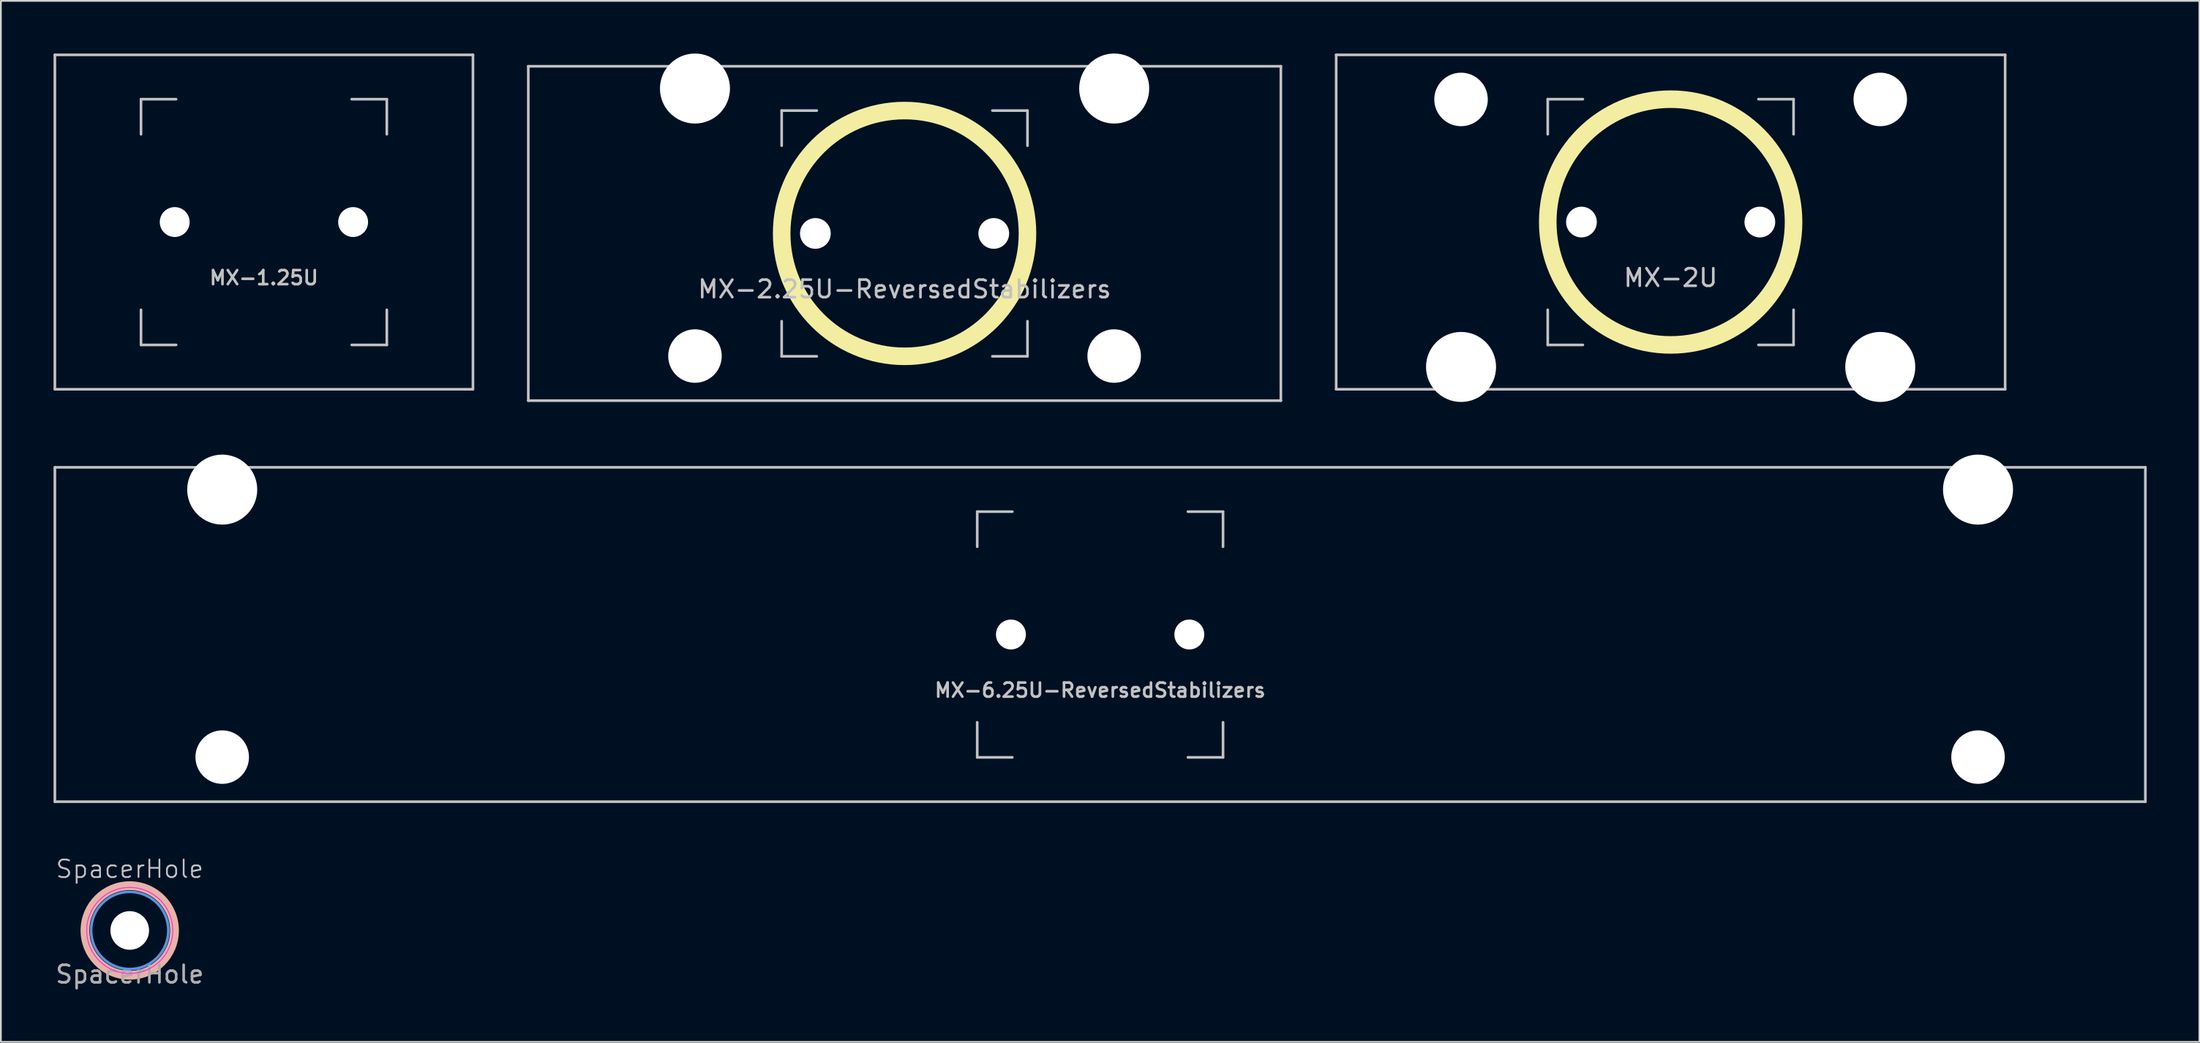
<source format=kicad_pcb>
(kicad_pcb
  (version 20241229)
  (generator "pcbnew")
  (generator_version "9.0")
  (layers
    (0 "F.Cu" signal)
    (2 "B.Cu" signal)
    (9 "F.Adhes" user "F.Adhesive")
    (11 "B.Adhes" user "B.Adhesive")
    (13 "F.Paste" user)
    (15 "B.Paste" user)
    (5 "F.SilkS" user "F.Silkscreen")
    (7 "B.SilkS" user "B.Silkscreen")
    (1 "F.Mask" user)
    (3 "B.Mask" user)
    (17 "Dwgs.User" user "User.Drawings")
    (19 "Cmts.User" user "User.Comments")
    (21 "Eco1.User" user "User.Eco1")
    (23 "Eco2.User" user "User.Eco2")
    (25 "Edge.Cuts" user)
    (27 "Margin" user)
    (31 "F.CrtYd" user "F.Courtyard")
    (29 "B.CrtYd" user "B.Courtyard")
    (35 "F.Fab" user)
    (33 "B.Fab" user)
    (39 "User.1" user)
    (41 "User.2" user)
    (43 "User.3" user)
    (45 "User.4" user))
  (footprint "SpacerHole"
    (layer "F.Cu")
    (at 4.339 49.958)
    (property "Reference" "SpacerHole" (at 0 -3.5 0) (unlocked yes) (layer "Dwgs.User") (effects (font (size 1 1) (thickness 0.1))))
    (attr through_hole)
    (fp_circle (center 0 0) (end 2.55 0) (stroke (width 0.5) (type default)) (fill no) (layer "B.SilkS"))
    (fp_circle (center 0 0) (end 2.2 0) (stroke (width 0.15) (type solid)) (fill no) (layer "Cmts.User"))
    (fp_circle (center 0 0) (end 2.45 0) (stroke (width 0.05) (type solid)) (fill no) (layer "F.CrtYd"))
    (fp_text user "${REFERENCE}" (at 0 2.5 0) (unlocked yes) (layer "F.Fab") (effects (font (size 1 1) (thickness 0.15))))
    (pad "" np_thru_hole circle (at 0 0) (size 2.2 2.2) (drill 2.2) (layers "*.Cu" "*.Mask")))
  (footprint "MX-2.25U-ReversedStabilizers"
    (layer "F.Cu")
    (at 48.469 10.249)
    (property "Reference" "MX-2.25U-ReversedStabilizers" (at 0 3.175 0) (layer "Dwgs.User") (effects (font (size 1 1) (thickness 0.15))))
    (attr through_hole)
    (fp_circle (center 0 0) (end 7 0) (stroke (width 1) (type solid)) (fill no) (layer "F.SilkS"))
    (fp_line (start -21.431 -9.525) (end 21.431 -9.525) (stroke (width 0.15) (type solid)) (layer "Dwgs.User"))
    (fp_line (start -21.431 9.525) (end -21.431 -9.525) (stroke (width 0.15) (type solid)) (layer "Dwgs.User"))
    (fp_line (start -21.431 9.525) (end 21.431 9.525) (stroke (width 0.15) (type solid)) (layer "Dwgs.User"))
    (fp_line (start -7 -7) (end -7 -5) (stroke (width 0.15) (type solid)) (layer "Dwgs.User"))
    (fp_line (start -7 5) (end -7 7) (stroke (width 0.15) (type solid)) (layer "Dwgs.User"))
    (fp_line (start -7 7) (end -5 7) (stroke (width 0.15) (type solid)) (layer "Dwgs.User"))
    (fp_line (start -5 -7) (end -7 -7) (stroke (width 0.15) (type solid)) (layer "Dwgs.User"))
    (fp_line (start 5 -7) (end 7 -7) (stroke (width 0.15) (type solid)) (layer "Dwgs.User"))
    (fp_line (start 5 7) (end 7 7) (stroke (width 0.15) (type solid)) (layer "Dwgs.User"))
    (fp_line (start 7 -7) (end 7 -5) (stroke (width 0.15) (type solid)) (layer "Dwgs.User"))
    (fp_line (start 7 7) (end 7 5) (stroke (width 0.15) (type solid)) (layer "Dwgs.User"))
    (fp_line (start 21.431 -9.525) (end 21.431 9.525) (stroke (width 0.15) (type solid)) (layer "Dwgs.User"))
    (pad "" np_thru_hole circle (at -11.938 -8.255) (size 3.988 3.988) (drill 3.988) (layers "*.Cu" "*.Mask"))
    (pad "" np_thru_hole circle (at -11.938 6.985) (size 3.048 3.048) (drill 3.048) (layers "*.Cu" "*.Mask"))
    (pad "" np_thru_hole circle (at -5.08 0 48.1) (size 1.75 1.75) (drill 1.75) (layers "*.Cu" "*.Mask"))
    (pad "" np_thru_hole circle (at 5.08 0 48.1) (size 1.75 1.75) (drill 1.75) (layers "*.Cu" "*.Mask"))
    (pad "" np_thru_hole circle (at 11.938 -8.255) (size 3.988 3.988) (drill 3.988) (layers "*.Cu" "*.Mask"))
    (pad "" np_thru_hole circle (at 11.938 6.985) (size 3.048 3.048) (drill 3.048) (layers "*.Cu" "*.Mask"))
    (zone (net_name "") (layers "F.Cu" "B.Cu") (hatch edge 0.5) (connect_pads) (min_thickness 0.25) (filled_areas_thickness no) (keepout (tracks allowed) (vias not_allowed) (pads allowed) (copperpour not_allowed) (footprints allowed)) (placement (enabled no)) (fill) (polygon (pts (xy 50.464 10.118) (xy 50.43 9.859) (xy 50.363 9.606) (xy 50.262 9.364) (xy 50.132 9.138) (xy 49.972 8.93) (xy 49.787 8.745) (xy 49.58 8.586) (xy 49.353 8.455) (xy 49.112 8.355) (xy 48.859 8.287) (xy 48.6 8.253) (xy 48.338 8.253) (xy 48.079 8.287) (xy 47.826 8.355) (xy 47.584 8.455) (xy 47.358 8.586) (xy 47.15 8.745) (xy 46.965 8.93) (xy 46.806 9.138) (xy 46.675 9.364) (xy 46.575 9.606) (xy 46.507 9.859) (xy 46.473 10.118) (xy 46.473 10.38) (xy 46.507 10.639) (xy 46.575 10.892) (xy 46.675 11.133) (xy 46.806 11.36) (xy 46.965 11.568) (xy 47.15 11.753) (xy 47.358 11.912) (xy 47.584 12.043) (xy 47.826 12.143) (xy 48.079 12.21) (xy 48.338 12.245) (xy 48.6 12.245) (xy 48.859 12.21) (xy 49.112 12.143) (xy 49.353 12.043) (xy 49.58 11.912) (xy 49.787 11.753) (xy 49.972 11.568) (xy 50.132 11.36) (xy 50.262 11.133) (xy 50.363 10.892) (xy 50.43 10.639) (xy 50.464 10.38)))))
  (footprint "MX-6.25U-ReversedStabilizers"
    (layer "F.Cu")
    (at 59.606 33.098)
    (property "Reference" "MX-6.25U-ReversedStabilizers" (at 0 3.175 0) (layer "Dwgs.User") (effects (font (size 0.8 0.8) (thickness 0.15))))
    (attr through_hole)
    (fp_line (start -59.531 9.525) (end -59.531 -9.525) (stroke (width 0.15) (type solid)) (layer "Dwgs.User"))
    (fp_line (start -7 -7) (end -7 -5) (stroke (width 0.15) (type solid)) (layer "Dwgs.User"))
    (fp_line (start -7 5) (end -7 7) (stroke (width 0.15) (type solid)) (layer "Dwgs.User"))
    (fp_line (start -7 7) (end -5 7) (stroke (width 0.15) (type solid)) (layer "Dwgs.User"))
    (fp_line (start -5 -7) (end -7 -7) (stroke (width 0.15) (type solid)) (layer "Dwgs.User"))
    (fp_line (start 5 -7) (end 7 -7) (stroke (width 0.15) (type solid)) (layer "Dwgs.User"))
    (fp_line (start 5 7) (end 7 7) (stroke (width 0.15) (type solid)) (layer "Dwgs.User"))
    (fp_line (start 7 -7) (end 7 -5) (stroke (width 0.15) (type solid)) (layer "Dwgs.User"))
    (fp_line (start 7 7) (end 7 5) (stroke (width 0.15) (type solid)) (layer "Dwgs.User"))
    (fp_line (start 59.531 -9.525) (end -59.531 -9.525) (stroke (width 0.15) (type solid)) (layer "Dwgs.User"))
    (fp_line (start 59.531 9.525) (end -59.531 9.525) (stroke (width 0.15) (type solid)) (layer "Dwgs.User"))
    (fp_line (start 59.531 9.525) (end 59.531 -9.525) (stroke (width 0.15) (type solid)) (layer "Dwgs.User"))
    (pad "" np_thru_hole circle (at -50 -8.255) (size 3.988 3.988) (drill 3.988) (layers "*.Cu" "*.Mask"))
    (pad "" np_thru_hole circle (at -50 6.985) (size 3.048 3.048) (drill 3.048) (layers "*.Cu" "*.Mask"))
    (pad "" np_thru_hole circle (at -5.08 0 48.099) (size 1.702 1.702) (drill 1.702) (layers "*.Cu" "*.Mask"))
    (pad "" np_thru_hole circle (at 5.08 0 48.099) (size 1.702 1.702) (drill 1.702) (layers "*.Cu" "*.Mask"))
    (pad "" np_thru_hole circle (at 50 -8.255) (size 3.988 3.988) (drill 3.988) (layers "*.Cu" "*.Mask"))
    (pad "" np_thru_hole circle (at 50 6.985) (size 3.048 3.048) (drill 3.048) (layers "*.Cu" "*.Mask")))
  (footprint "MX-1.25U"
    (layer "F.Cu")
    (at 11.981 9.6)
    (property "Reference" "MX-1.25U" (at 0 3.175 0) (layer "Dwgs.User") (effects (font (size 0.8 0.8) (thickness 0.15))))
    (attr through_hole)
    (fp_line (start -11.906 9.525) (end -11.906 -9.525) (stroke (width 0.15) (type solid)) (layer "Dwgs.User"))
    (fp_line (start -7 -7) (end -7 -5) (stroke (width 0.15) (type solid)) (layer "Dwgs.User"))
    (fp_line (start -7 5) (end -7 7) (stroke (width 0.15) (type solid)) (layer "Dwgs.User"))
    (fp_line (start -7 7) (end -5 7) (stroke (width 0.15) (type solid)) (layer "Dwgs.User"))
    (fp_line (start -5 -7) (end -7 -7) (stroke (width 0.15) (type solid)) (layer "Dwgs.User"))
    (fp_line (start 5 -7) (end 7 -7) (stroke (width 0.15) (type solid)) (layer "Dwgs.User"))
    (fp_line (start 5 7) (end 7 7) (stroke (width 0.15) (type solid)) (layer "Dwgs.User"))
    (fp_line (start 7 -7) (end 7 -5) (stroke (width 0.15) (type solid)) (layer "Dwgs.User"))
    (fp_line (start 7 7) (end 7 5) (stroke (width 0.15) (type solid)) (layer "Dwgs.User"))
    (fp_line (start 11.906 -9.525) (end -11.906 -9.525) (stroke (width 0.15) (type solid)) (layer "Dwgs.User"))
    (fp_line (start 11.906 9.525) (end -11.906 9.525) (stroke (width 0.15) (type solid)) (layer "Dwgs.User"))
    (fp_line (start 11.906 9.525) (end 11.906 -9.525) (stroke (width 0.15) (type solid)) (layer "Dwgs.User"))
    (pad "" np_thru_hole circle (at -5.08 0 48.099) (size 1.702 1.702) (drill 1.702) (layers "*.Cu" "*.Mask"))
    (pad "" np_thru_hole circle (at 5.08 0 48.099) (size 1.702 1.702) (drill 1.702) (layers "*.Cu" "*.Mask")))
  (footprint "MX-2U"
    (layer "F.Cu")
    (at 92.1 9.6)
    (property "Reference" "MX-2U" (at 0 3.175 0) (layer "Dwgs.User") (effects (font (size 1 1) (thickness 0.15))))
    (attr through_hole)
    (fp_circle (center 0 0) (end 7 0) (stroke (width 1) (type solid)) (fill no) (layer "F.SilkS"))
    (fp_line (start -19.05 -9.525) (end 19.05 -9.525) (stroke (width 0.15) (type solid)) (layer "Dwgs.User"))
    (fp_line (start -19.05 9.525) (end -19.05 -9.525) (stroke (width 0.15) (type solid)) (layer "Dwgs.User"))
    (fp_line (start -19.05 9.525) (end 19.05 9.525) (stroke (width 0.15) (type solid)) (layer "Dwgs.User"))
    (fp_line (start -7 -7) (end -7 -5) (stroke (width 0.15) (type solid)) (layer "Dwgs.User"))
    (fp_line (start -7 5) (end -7 7) (stroke (width 0.15) (type solid)) (layer "Dwgs.User"))
    (fp_line (start -7 7) (end -5 7) (stroke (width 0.15) (type solid)) (layer "Dwgs.User"))
    (fp_line (start -5 -7) (end -7 -7) (stroke (width 0.15) (type solid)) (layer "Dwgs.User"))
    (fp_line (start 5 -7) (end 7 -7) (stroke (width 0.15) (type solid)) (layer "Dwgs.User"))
    (fp_line (start 5 7) (end 7 7) (stroke (width 0.15) (type solid)) (layer "Dwgs.User"))
    (fp_line (start 7 -7) (end 7 -5) (stroke (width 0.15) (type solid)) (layer "Dwgs.User"))
    (fp_line (start 7 7) (end 7 5) (stroke (width 0.15) (type solid)) (layer "Dwgs.User"))
    (fp_line (start 19.05 -9.525) (end 19.05 9.525) (stroke (width 0.15) (type solid)) (layer "Dwgs.User"))
    (pad "" np_thru_hole circle (at -11.938 -6.985) (size 3.048 3.048) (drill 3.048) (layers "*.Cu" "*.Mask"))
    (pad "" np_thru_hole circle (at -11.938 8.255) (size 3.988 3.988) (drill 3.988) (layers "*.Cu" "*.Mask"))
    (pad "" np_thru_hole circle (at -5.08 0 48.1) (size 1.75 1.75) (drill 1.75) (layers "*.Cu" "*.Mask"))
    (pad "" np_thru_hole circle (at 5.08 0 48.1) (size 1.75 1.75) (drill 1.75) (layers "*.Cu" "*.Mask"))
    (pad "" np_thru_hole circle (at 11.938 -6.985) (size 3.048 3.048) (drill 3.048) (layers "*.Cu" "*.Mask"))
    (pad "" np_thru_hole circle (at 11.938 8.255) (size 3.988 3.988) (drill 3.988) (layers "*.Cu" "*.Mask")))
  (gr_rect
    (start -3 -3)
    (end 122.213 56.307)
    (stroke (width 0.1) (type default))
    (fill no)
    (layer "Edge.Cuts")))
</source>
